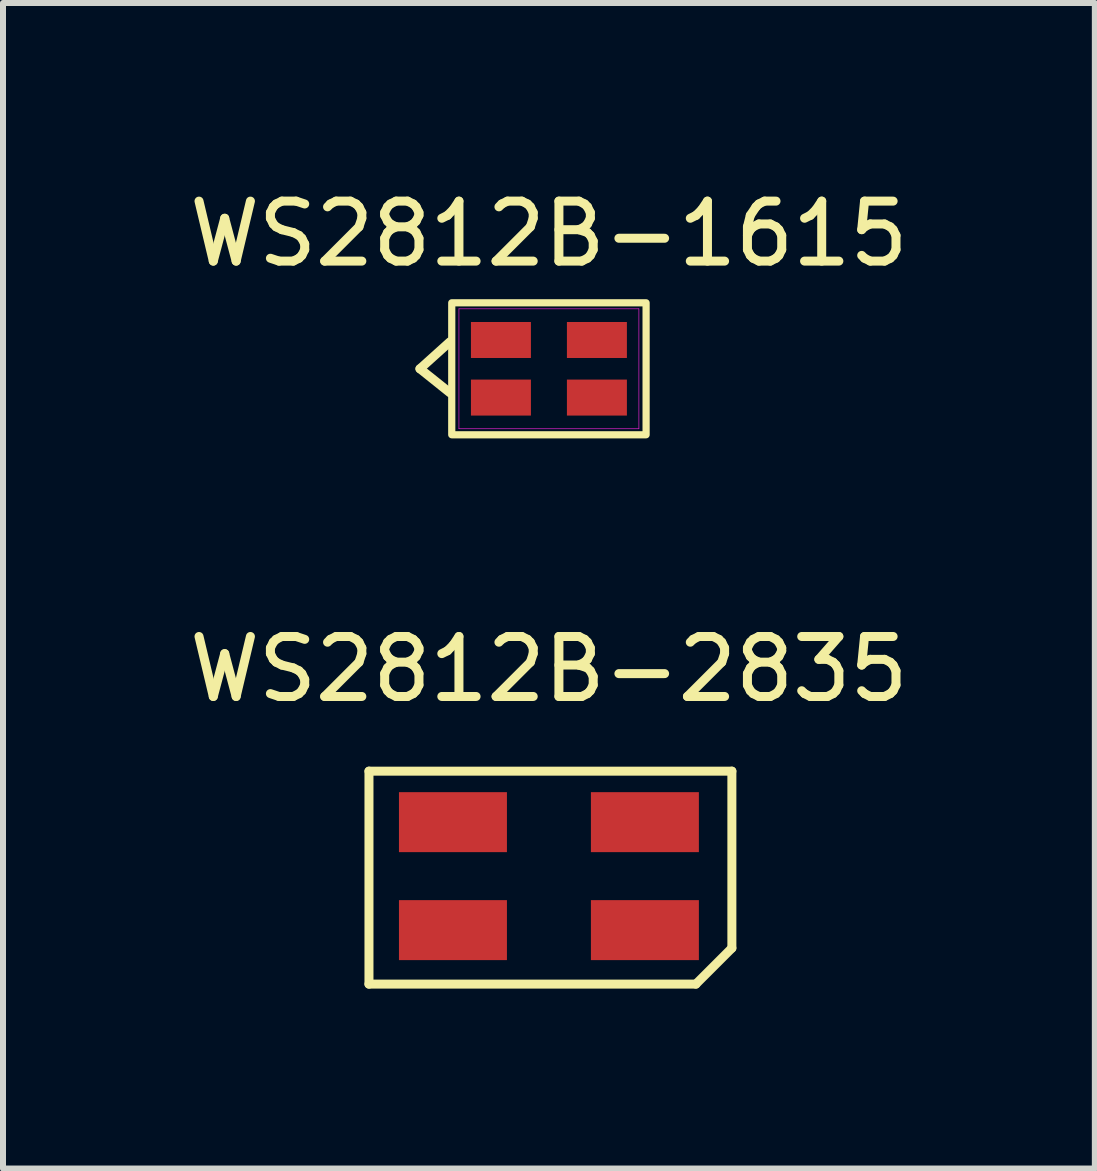
<source format=kicad_pcb>
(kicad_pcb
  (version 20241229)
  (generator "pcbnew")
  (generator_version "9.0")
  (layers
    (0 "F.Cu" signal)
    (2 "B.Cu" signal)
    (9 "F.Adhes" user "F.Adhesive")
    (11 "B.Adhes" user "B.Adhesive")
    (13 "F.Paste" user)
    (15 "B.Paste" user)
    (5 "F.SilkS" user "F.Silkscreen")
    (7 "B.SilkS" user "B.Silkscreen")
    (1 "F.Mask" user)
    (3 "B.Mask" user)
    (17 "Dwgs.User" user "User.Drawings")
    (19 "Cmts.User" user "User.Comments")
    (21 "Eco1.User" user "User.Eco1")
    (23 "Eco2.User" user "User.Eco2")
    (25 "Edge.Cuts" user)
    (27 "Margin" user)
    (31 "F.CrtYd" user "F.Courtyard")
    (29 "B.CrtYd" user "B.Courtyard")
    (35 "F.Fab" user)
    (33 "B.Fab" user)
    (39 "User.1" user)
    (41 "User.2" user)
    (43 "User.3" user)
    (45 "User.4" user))
  (footprint "WS2812B-1615"
    (layer "F.Cu")
    (at 6.101 3.098)
    (property "Reference" "WS2812B-1615" (at 0 -2.25 0) (layer "F.SilkS") (effects (font (size 1 1) (thickness 0.15))))
    (attr through_hole)
    (fp_line (start -2.15 0) (end -1.65 -0.45) (stroke (width 0.15) (type solid)) (layer "F.SilkS"))
    (fp_line (start -2.15 0) (end -1.65 0.4) (stroke (width 0.15) (type solid)) (layer "F.SilkS"))
    (fp_rect (start -1.62 -1.1) (end 1.62 1.1) (stroke (width 0.12) (type solid)) (fill no) (layer "F.SilkS"))
    (fp_line (start -1.5 -1) (end 1.5 -1) (stroke (width 0.01) (type solid)) (layer "F.CrtYd"))
    (fp_line (start -1.5 1) (end -1.5 -1) (stroke (width 0.01) (type solid)) (layer "F.CrtYd"))
    (fp_line (start 1.5 -1) (end 1.5 1) (stroke (width 0.01) (type solid)) (layer "F.CrtYd"))
    (fp_line (start 1.5 1) (end -1.5 1) (stroke (width 0.01) (type solid)) (layer "F.CrtYd"))
    (pad "G" smd rect (at -0.8 0.48) (size 1 0.6) (layers "F.Cu" "F.Mask" "F.Paste"))
    (pad "I" smd rect (at 0.8 0.48) (size 1 0.6) (layers "F.Cu" "F.Mask" "F.Paste"))
    (pad "O" smd rect (at -0.8 -0.48) (size 1 0.6) (layers "F.Cu" "F.Mask" "F.Paste"))
    (pad "V" smd rect (at 0.8 -0.48) (size 1 0.6) (layers "F.Cu" "F.Mask" "F.Paste")))
  (footprint "WS2812B-2835"
    (layer "F.Cu")
    (at 6.101 11.556)
    (property "Reference" "WS2812B-2835" (at 0 -3.45 0) (layer "F.SilkS") (effects (font (size 1 1) (thickness 0.15))))
    (attr through_hole)
    (fp_line (start -3 -1.75) (end -3 1.8) (stroke (width 0.15) (type solid)) (layer "F.SilkS"))
    (fp_line (start -3 -1.75) (end 3.05 -1.75) (stroke (width 0.15) (type solid)) (layer "F.SilkS"))
    (fp_line (start -3 1.8) (end 2.45 1.8) (stroke (width 0.15) (type solid)) (layer "F.SilkS"))
    (fp_line (start 2.45 1.8) (end 3.05 1.2) (stroke (width 0.15) (type solid)) (layer "F.SilkS"))
    (fp_line (start 3.05 -1.75) (end 3.05 1.2) (stroke (width 0.15) (type solid)) (layer "F.SilkS"))
    (pad "G" smd rect (at 1.6 0.9) (size 1.8 1) (layers "F.Cu" "F.Mask" "F.Paste"))
    (pad "I" smd rect (at 1.6 -0.9) (size 1.8 1) (layers "F.Cu" "F.Mask" "F.Paste"))
    (pad "O" smd rect (at -1.6 0.9) (size 1.8 1) (layers "F.Cu" "F.Mask" "F.Paste"))
    (pad "V" smd rect (at -1.6 -0.9) (size 1.8 1) (layers "F.Cu" "F.Mask" "F.Paste")))
  (gr_rect
    (start -3 -3)
    (end 15.202 16.431)
    (stroke (width 0.1) (type default))
    (fill no)
    (layer "Edge.Cuts")))
</source>
